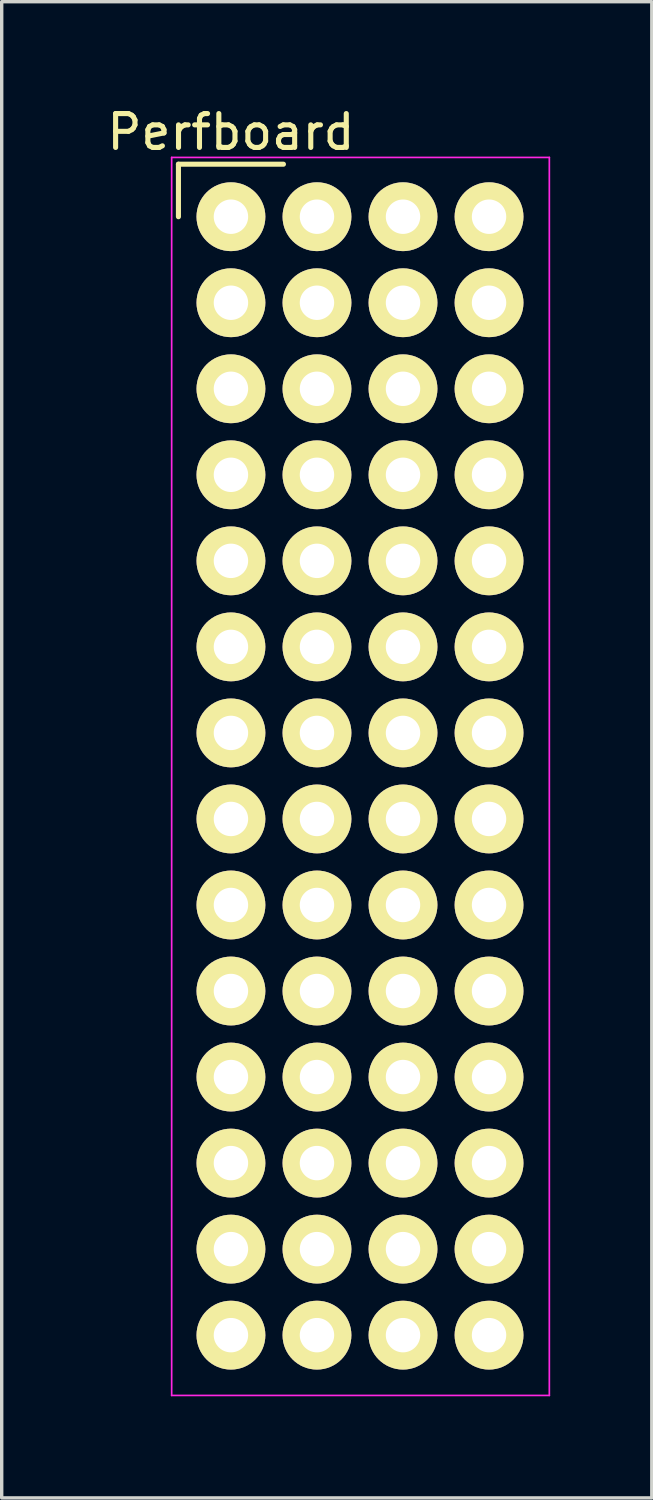
<source format=kicad_pcb>
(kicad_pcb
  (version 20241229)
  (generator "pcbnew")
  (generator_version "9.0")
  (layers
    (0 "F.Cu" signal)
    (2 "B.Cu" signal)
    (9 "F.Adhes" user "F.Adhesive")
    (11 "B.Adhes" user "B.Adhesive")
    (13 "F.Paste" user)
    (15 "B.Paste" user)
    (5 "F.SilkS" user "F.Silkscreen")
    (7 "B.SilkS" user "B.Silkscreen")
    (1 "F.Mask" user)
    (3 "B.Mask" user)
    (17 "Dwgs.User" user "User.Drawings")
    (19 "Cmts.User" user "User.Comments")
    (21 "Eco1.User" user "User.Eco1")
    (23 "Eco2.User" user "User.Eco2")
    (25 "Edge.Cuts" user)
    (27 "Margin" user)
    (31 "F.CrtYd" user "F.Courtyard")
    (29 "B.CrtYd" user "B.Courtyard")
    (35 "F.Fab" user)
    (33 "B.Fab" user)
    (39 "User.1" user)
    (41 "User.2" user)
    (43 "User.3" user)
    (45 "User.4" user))
  (footprint "Perfboard"
    (layer "F.Cu")
    (at 3.768 3.348)
    (property "Reference" "Perfboard" (at 0 -2.5 0) (layer "F.SilkS") (effects (font (size 1 1) (thickness 0.15))))
    (attr through_hole)
    (fp_line (start -1.55 -1.55) (end 1.55 -1.55) (stroke (width 0.15) (type solid)) (layer "F.SilkS"))
    (fp_line (start -1.55 0) (end -1.55 -1.55) (stroke (width 0.15) (type solid)) (layer "F.SilkS"))
    (fp_line (start -1.75 -1.75) (end -1.75 34.8) (stroke (width 0.05) (type solid)) (layer "F.CrtYd"))
    (fp_line (start -1.75 -1.75) (end 9.4 -1.75) (stroke (width 0.05) (type solid)) (layer "F.CrtYd"))
    (fp_line (start -1.75 34.8) (end 9.4 34.8) (stroke (width 0.05) (type solid)) (layer "F.CrtYd"))
    (fp_line (start 9.4 -1.75) (end 9.4 34.8) (stroke (width 0.05) (type solid)) (layer "F.CrtYd"))
    (pad "1" thru_hole circle (at 0 0) (size 2.032 2.032) (drill 1.016) (layers "*.Cu" "*.Mask" "F.SilkS"))
    (pad "1" thru_hole circle (at 2.54 0) (size 2.032 2.032) (drill 1.016) (layers "*.Cu" "*.Mask" "F.SilkS"))
    (pad "1" thru_hole circle (at 5.08 0) (size 2.032 2.032) (drill 1.016) (layers "*.Cu" "*.Mask" "F.SilkS"))
    (pad "1" thru_hole circle (at 7.62 0) (size 2.032 2.032) (drill 1.016) (layers "*.Cu" "*.Mask" "F.SilkS"))
    (pad "2" thru_hole circle (at 0 2.54) (size 2.032 2.032) (drill 1.016) (layers "*.Cu" "*.Mask" "F.SilkS"))
    (pad "2" thru_hole circle (at 2.54 2.54) (size 2.032 2.032) (drill 1.016) (layers "*.Cu" "*.Mask" "F.SilkS"))
    (pad "2" thru_hole circle (at 5.08 2.54) (size 2.032 2.032) (drill 1.016) (layers "*.Cu" "*.Mask" "F.SilkS"))
    (pad "2" thru_hole circle (at 7.62 2.54) (size 2.032 2.032) (drill 1.016) (layers "*.Cu" "*.Mask" "F.SilkS"))
    (pad "3" thru_hole circle (at 0 5.08) (size 2.032 2.032) (drill 1.016) (layers "*.Cu" "*.Mask" "F.SilkS"))
    (pad "3" thru_hole circle (at 2.54 5.08) (size 2.032 2.032) (drill 1.016) (layers "*.Cu" "*.Mask" "F.SilkS"))
    (pad "3" thru_hole circle (at 5.08 5.08) (size 2.032 2.032) (drill 1.016) (layers "*.Cu" "*.Mask" "F.SilkS"))
    (pad "3" thru_hole circle (at 7.62 5.08) (size 2.032 2.032) (drill 1.016) (layers "*.Cu" "*.Mask" "F.SilkS"))
    (pad "4" thru_hole circle (at 0 7.62) (size 2.032 2.032) (drill 1.016) (layers "*.Cu" "*.Mask" "F.SilkS"))
    (pad "4" thru_hole circle (at 2.54 7.62) (size 2.032 2.032) (drill 1.016) (layers "*.Cu" "*.Mask" "F.SilkS"))
    (pad "4" thru_hole circle (at 5.08 7.62) (size 2.032 2.032) (drill 1.016) (layers "*.Cu" "*.Mask" "F.SilkS"))
    (pad "4" thru_hole circle (at 7.62 7.62) (size 2.032 2.032) (drill 1.016) (layers "*.Cu" "*.Mask" "F.SilkS"))
    (pad "5" thru_hole circle (at 0 10.16) (size 2.032 2.032) (drill 1.016) (layers "*.Cu" "*.Mask" "F.SilkS"))
    (pad "5" thru_hole circle (at 2.54 10.16) (size 2.032 2.032) (drill 1.016) (layers "*.Cu" "*.Mask" "F.SilkS"))
    (pad "5" thru_hole circle (at 5.08 10.16) (size 2.032 2.032) (drill 1.016) (layers "*.Cu" "*.Mask" "F.SilkS"))
    (pad "5" thru_hole circle (at 7.62 10.16) (size 2.032 2.032) (drill 1.016) (layers "*.Cu" "*.Mask" "F.SilkS"))
    (pad "6" thru_hole circle (at 0 12.7) (size 2.032 2.032) (drill 1.016) (layers "*.Cu" "*.Mask" "F.SilkS"))
    (pad "6" thru_hole circle (at 2.54 12.7) (size 2.032 2.032) (drill 1.016) (layers "*.Cu" "*.Mask" "F.SilkS"))
    (pad "6" thru_hole circle (at 5.08 12.7) (size 2.032 2.032) (drill 1.016) (layers "*.Cu" "*.Mask" "F.SilkS"))
    (pad "6" thru_hole circle (at 7.62 12.7) (size 2.032 2.032) (drill 1.016) (layers "*.Cu" "*.Mask" "F.SilkS"))
    (pad "7" thru_hole circle (at 0 15.24) (size 2.032 2.032) (drill 1.016) (layers "*.Cu" "*.Mask" "F.SilkS"))
    (pad "7" thru_hole circle (at 2.54 15.24) (size 2.032 2.032) (drill 1.016) (layers "*.Cu" "*.Mask" "F.SilkS"))
    (pad "7" thru_hole circle (at 5.08 15.24) (size 2.032 2.032) (drill 1.016) (layers "*.Cu" "*.Mask" "F.SilkS"))
    (pad "7" thru_hole circle (at 7.62 15.24) (size 2.032 2.032) (drill 1.016) (layers "*.Cu" "*.Mask" "F.SilkS"))
    (pad "8" thru_hole circle (at 0 17.78) (size 2.032 2.032) (drill 1.016) (layers "*.Cu" "*.Mask" "F.SilkS"))
    (pad "8" thru_hole circle (at 2.54 17.78) (size 2.032 2.032) (drill 1.016) (layers "*.Cu" "*.Mask" "F.SilkS"))
    (pad "8" thru_hole circle (at 5.08 17.78) (size 2.032 2.032) (drill 1.016) (layers "*.Cu" "*.Mask" "F.SilkS"))
    (pad "8" thru_hole circle (at 7.62 17.78) (size 2.032 2.032) (drill 1.016) (layers "*.Cu" "*.Mask" "F.SilkS"))
    (pad "9" thru_hole circle (at 0 20.32) (size 2.032 2.032) (drill 1.016) (layers "*.Cu" "*.Mask" "F.SilkS"))
    (pad "9" thru_hole circle (at 2.54 20.32) (size 2.032 2.032) (drill 1.016) (layers "*.Cu" "*.Mask" "F.SilkS"))
    (pad "9" thru_hole circle (at 5.08 20.32) (size 2.032 2.032) (drill 1.016) (layers "*.Cu" "*.Mask" "F.SilkS"))
    (pad "9" thru_hole circle (at 7.62 20.32) (size 2.032 2.032) (drill 1.016) (layers "*.Cu" "*.Mask" "F.SilkS"))
    (pad "10" thru_hole circle (at 0 22.86) (size 2.032 2.032) (drill 1.016) (layers "*.Cu" "*.Mask" "F.SilkS"))
    (pad "10" thru_hole circle (at 2.54 22.86) (size 2.032 2.032) (drill 1.016) (layers "*.Cu" "*.Mask" "F.SilkS"))
    (pad "10" thru_hole circle (at 5.08 22.86) (size 2.032 2.032) (drill 1.016) (layers "*.Cu" "*.Mask" "F.SilkS"))
    (pad "10" thru_hole circle (at 7.62 22.86) (size 2.032 2.032) (drill 1.016) (layers "*.Cu" "*.Mask" "F.SilkS"))
    (pad "11" thru_hole circle (at 0 25.4) (size 2.032 2.032) (drill 1.016) (layers "*.Cu" "*.Mask" "F.SilkS"))
    (pad "11" thru_hole circle (at 2.54 25.4) (size 2.032 2.032) (drill 1.016) (layers "*.Cu" "*.Mask" "F.SilkS"))
    (pad "11" thru_hole circle (at 5.08 25.4) (size 2.032 2.032) (drill 1.016) (layers "*.Cu" "*.Mask" "F.SilkS"))
    (pad "11" thru_hole circle (at 7.62 25.4) (size 2.032 2.032) (drill 1.016) (layers "*.Cu" "*.Mask" "F.SilkS"))
    (pad "12" thru_hole circle (at 0 27.94) (size 2.032 2.032) (drill 1.016) (layers "*.Cu" "*.Mask" "F.SilkS"))
    (pad "12" thru_hole circle (at 2.54 27.94) (size 2.032 2.032) (drill 1.016) (layers "*.Cu" "*.Mask" "F.SilkS"))
    (pad "12" thru_hole circle (at 5.08 27.94) (size 2.032 2.032) (drill 1.016) (layers "*.Cu" "*.Mask" "F.SilkS"))
    (pad "12" thru_hole circle (at 7.62 27.94) (size 2.032 2.032) (drill 1.016) (layers "*.Cu" "*.Mask" "F.SilkS"))
    (pad "13" thru_hole circle (at 0 30.48) (size 2.032 2.032) (drill 1.016) (layers "*.Cu" "*.Mask" "F.SilkS"))
    (pad "13" thru_hole circle (at 2.54 30.48) (size 2.032 2.032) (drill 1.016) (layers "*.Cu" "*.Mask" "F.SilkS"))
    (pad "13" thru_hole circle (at 5.08 30.48) (size 2.032 2.032) (drill 1.016) (layers "*.Cu" "*.Mask" "F.SilkS"))
    (pad "13" thru_hole circle (at 7.62 30.48) (size 2.032 2.032) (drill 1.016) (layers "*.Cu" "*.Mask" "F.SilkS"))
    (pad "14" thru_hole circle (at 0 33.02) (size 2.032 2.032) (drill 1.016) (layers "*.Cu" "*.Mask" "F.SilkS"))
    (pad "14" thru_hole circle (at 2.54 33.02) (size 2.032 2.032) (drill 1.016) (layers "*.Cu" "*.Mask" "F.SilkS"))
    (pad "14" thru_hole circle (at 5.08 33.02) (size 2.032 2.032) (drill 1.016) (layers "*.Cu" "*.Mask" "F.SilkS"))
    (pad "14" thru_hole circle (at 7.62 33.02) (size 2.032 2.032) (drill 1.016) (layers "*.Cu" "*.Mask" "F.SilkS")))
  (gr_rect
    (start -3 -3)
    (end 16.193 41.173)
    (stroke (width 0.1) (type default))
    (fill no)
    (layer "Edge.Cuts")))
</source>
